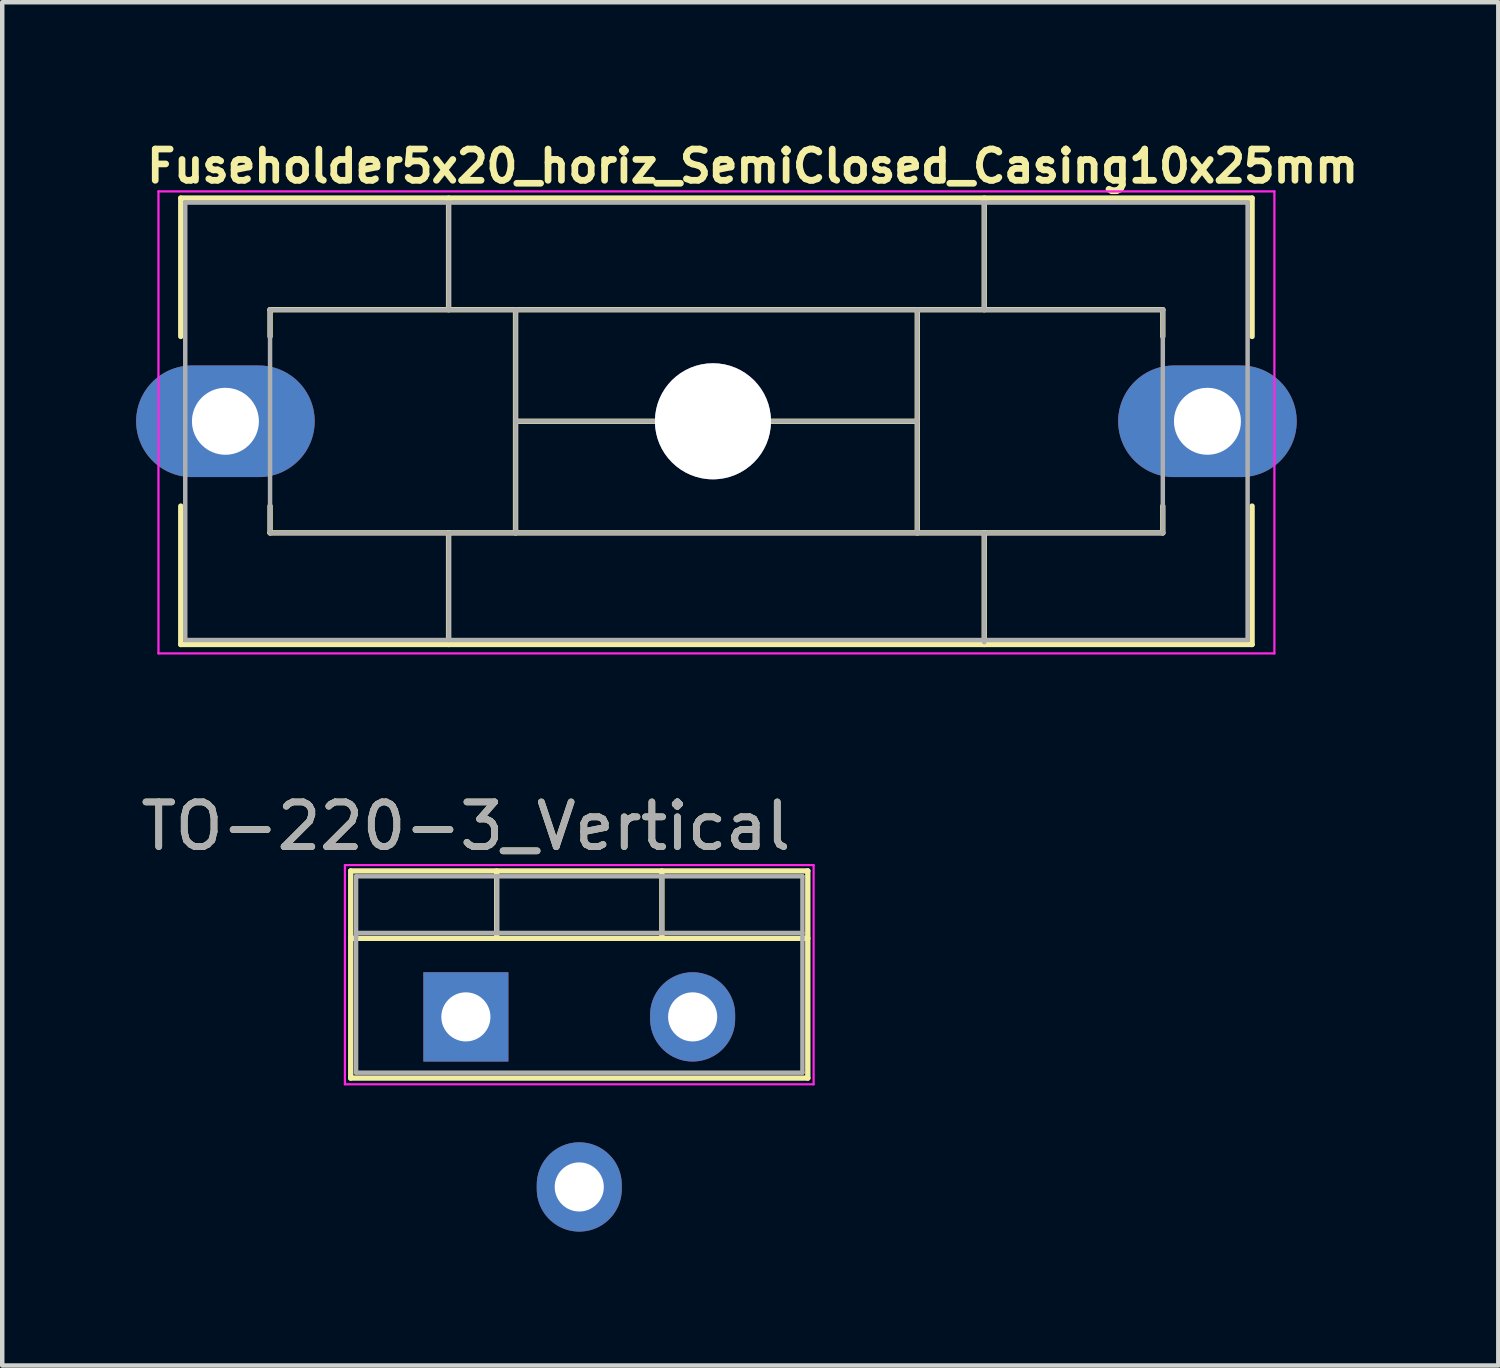
<source format=kicad_pcb>
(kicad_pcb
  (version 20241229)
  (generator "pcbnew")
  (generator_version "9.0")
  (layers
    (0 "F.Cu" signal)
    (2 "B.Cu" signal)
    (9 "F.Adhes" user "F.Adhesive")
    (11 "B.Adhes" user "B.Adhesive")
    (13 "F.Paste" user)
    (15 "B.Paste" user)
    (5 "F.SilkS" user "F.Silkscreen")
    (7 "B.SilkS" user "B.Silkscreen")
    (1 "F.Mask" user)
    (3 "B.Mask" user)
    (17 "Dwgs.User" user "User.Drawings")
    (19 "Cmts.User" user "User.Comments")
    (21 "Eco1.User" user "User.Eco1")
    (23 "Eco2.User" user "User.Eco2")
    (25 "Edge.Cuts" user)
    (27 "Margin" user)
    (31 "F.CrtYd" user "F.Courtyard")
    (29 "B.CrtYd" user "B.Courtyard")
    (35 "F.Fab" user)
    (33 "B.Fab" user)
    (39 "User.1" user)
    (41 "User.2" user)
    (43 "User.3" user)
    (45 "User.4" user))
  (footprint "TO-220-3_Vertical"
    (layer "F.Cu")
    (at 7.387 19.731)
    (property "Reference" "TO-220-3_Vertical" (at 0 -4.27 0) (layer "F.SilkS") (effects (font (size 1 1) (thickness 0.15))))
    (attr through_hole)
    (fp_line (start -2.58 -3.27) (end -2.58 1.371) (stroke (width 0.12) (type solid)) (layer "F.SilkS"))
    (fp_line (start -2.58 -3.27) (end 7.66 -3.27) (stroke (width 0.12) (type solid)) (layer "F.SilkS"))
    (fp_line (start -2.58 -1.76) (end 7.66 -1.76) (stroke (width 0.12) (type solid)) (layer "F.SilkS"))
    (fp_line (start -2.58 1.371) (end 7.66 1.371) (stroke (width 0.12) (type solid)) (layer "F.SilkS"))
    (fp_line (start 0.69 -3.27) (end 0.69 -1.76) (stroke (width 0.12) (type solid)) (layer "F.SilkS"))
    (fp_line (start 4.391 -3.27) (end 4.391 -1.76) (stroke (width 0.12) (type solid)) (layer "F.SilkS"))
    (fp_line (start 7.66 -3.27) (end 7.66 1.371) (stroke (width 0.12) (type solid)) (layer "F.SilkS"))
    (fp_line (start -2.71 -3.4) (end -2.71 1.51) (stroke (width 0.05) (type solid)) (layer "F.CrtYd"))
    (fp_line (start -2.71 1.51) (end 7.79 1.51) (stroke (width 0.05) (type solid)) (layer "F.CrtYd"))
    (fp_line (start 7.79 -3.4) (end -2.71 -3.4) (stroke (width 0.05) (type solid)) (layer "F.CrtYd"))
    (fp_line (start 7.79 1.51) (end 7.79 -3.4) (stroke (width 0.05) (type solid)) (layer "F.CrtYd"))
    (fp_line (start -2.46 -3.15) (end -2.46 1.25) (stroke (width 0.1) (type solid)) (layer "F.Fab"))
    (fp_line (start -2.46 -1.88) (end 7.54 -1.88) (stroke (width 0.1) (type solid)) (layer "F.Fab"))
    (fp_line (start -2.46 1.25) (end 7.54 1.25) (stroke (width 0.1) (type solid)) (layer "F.Fab"))
    (fp_line (start 0.69 -3.15) (end 0.69 -1.88) (stroke (width 0.1) (type solid)) (layer "F.Fab"))
    (fp_line (start 4.39 -3.15) (end 4.39 -1.88) (stroke (width 0.1) (type solid)) (layer "F.Fab"))
    (fp_line (start 7.54 -3.15) (end -2.46 -3.15) (stroke (width 0.1) (type solid)) (layer "F.Fab"))
    (fp_line (start 7.54 1.25) (end 7.54 -3.15) (stroke (width 0.1) (type solid)) (layer "F.Fab"))
    (fp_text user "${REFERENCE}" (at 0 -4.27 0) (layer "F.Fab") (effects (font (size 1 1) (thickness 0.15))))
    (pad "1" thru_hole rect (at 0 0) (size 1.905 2) (drill 1.1) (layers "*.Cu" "*.Mask"))
    (pad "2" thru_hole oval (at 2.54 3.81) (size 1.905 2) (drill 1.1) (layers "*.Cu" "*.Mask"))
    (pad "3" thru_hole oval (at 5.08 0) (size 1.905 2) (drill 1.1) (layers "*.Cu" "*.Mask")))
  (footprint "Fuseholder5x20_horiz_SemiClosed_Casing10x25mm"
    (layer "F.Cu")
    (at 2 6.388)
    (property "Reference" "Fuseholder5x20_horiz_SemiClosed_Casing10x25mm" (at 11.811 -5.715 0) (layer "F.SilkS") (effects (font (size 0.7 0.7) (thickness 0.15))))
    (attr through_hole)
    (fp_line (start -1 -5) (end -1 -1.9) (stroke (width 0.12) (type solid)) (layer "F.SilkS"))
    (fp_line (start -1 1.9) (end -1 5) (stroke (width 0.12) (type solid)) (layer "F.SilkS"))
    (fp_line (start -1 5) (end 23 5) (stroke (width 0.12) (type solid)) (layer "F.SilkS"))
    (fp_line (start 1 -2.5) (end 1 -1.9) (stroke (width 0.12) (type solid)) (layer "F.SilkS"))
    (fp_line (start 1 1.9) (end 1 2.5) (stroke (width 0.12) (type solid)) (layer "F.SilkS"))
    (fp_line (start 1 2.5) (end 21 2.5) (stroke (width 0.12) (type solid)) (layer "F.SilkS"))
    (fp_line (start 5 -2.5) (end 5 -5) (stroke (width 0.12) (type solid)) (layer "F.SilkS"))
    (fp_line (start 5 5) (end 5 2.5) (stroke (width 0.12) (type solid)) (layer "F.SilkS"))
    (fp_line (start 6.5 -2.5) (end 6.5 2.5) (stroke (width 0.12) (type solid)) (layer "F.SilkS"))
    (fp_line (start 6.5 0) (end 15.5 0) (stroke (width 0.12) (type solid)) (layer "F.SilkS"))
    (fp_line (start 15.5 -2.5) (end 15.5 2.5) (stroke (width 0.12) (type solid)) (layer "F.SilkS"))
    (fp_line (start 17 -5) (end 17 -2.5) (stroke (width 0.12) (type solid)) (layer "F.SilkS"))
    (fp_line (start 17 5) (end 17 2.5) (stroke (width 0.12) (type solid)) (layer "F.SilkS"))
    (fp_line (start 21 -2.5) (end 1 -2.5) (stroke (width 0.12) (type solid)) (layer "F.SilkS"))
    (fp_line (start 21 -1.9) (end 21 -2.5) (stroke (width 0.12) (type solid)) (layer "F.SilkS"))
    (fp_line (start 21 2.5) (end 21 1.9) (stroke (width 0.12) (type solid)) (layer "F.SilkS"))
    (fp_line (start 23 -5) (end -1 -5) (stroke (width 0.12) (type solid)) (layer "F.SilkS"))
    (fp_line (start 23 -1.9) (end 23 -5) (stroke (width 0.12) (type solid)) (layer "F.SilkS"))
    (fp_line (start 23 5) (end 23 1.9) (stroke (width 0.12) (type solid)) (layer "F.SilkS"))
    (fp_line (start -1.5 -5.15) (end -1.5 5.2) (stroke (width 0.05) (type solid)) (layer "F.CrtYd"))
    (fp_line (start -1.5 -5.15) (end 23.5 -5.15) (stroke (width 0.05) (type solid)) (layer "F.CrtYd"))
    (fp_line (start 23.5 5.2) (end -1.5 5.2) (stroke (width 0.05) (type solid)) (layer "F.CrtYd"))
    (fp_line (start 23.5 5.2) (end 23.5 -5.15) (stroke (width 0.05) (type solid)) (layer "F.CrtYd"))
    (fp_line (start -0.9 -4.9) (end -0.9 4.9) (stroke (width 0.1) (type solid)) (layer "F.Fab"))
    (fp_line (start -0.9 4.9) (end 22.9 4.9) (stroke (width 0.1) (type solid)) (layer "F.Fab"))
    (fp_line (start 1 -2.5) (end 1 2.5) (stroke (width 0.1) (type solid)) (layer "F.Fab"))
    (fp_line (start 1 2.5) (end 21 2.5) (stroke (width 0.1) (type solid)) (layer "F.Fab"))
    (fp_line (start 5 -4.9) (end 5 -2.5) (stroke (width 0.1) (type solid)) (layer "F.Fab"))
    (fp_line (start 5 2.5) (end 5 4.9) (stroke (width 0.1) (type solid)) (layer "F.Fab"))
    (fp_line (start 6.5 -2.5) (end 6.5 2.5) (stroke (width 0.1) (type solid)) (layer "F.Fab"))
    (fp_line (start 6.5 0) (end 15.5 0) (stroke (width 0.1) (type solid)) (layer "F.Fab"))
    (fp_line (start 15.5 -2.5) (end 15.5 2.5) (stroke (width 0.1) (type solid)) (layer "F.Fab"))
    (fp_line (start 17 -2.5) (end 17 -4.9) (stroke (width 0.1) (type solid)) (layer "F.Fab"))
    (fp_line (start 17 2.5) (end 17 4.95) (stroke (width 0.1) (type solid)) (layer "F.Fab"))
    (fp_line (start 21 -2.5) (end 1 -2.5) (stroke (width 0.1) (type solid)) (layer "F.Fab"))
    (fp_line (start 21 2.5) (end 21 -2.5) (stroke (width 0.1) (type solid)) (layer "F.Fab"))
    (fp_line (start 22.9 -4.9) (end -0.9 -4.9) (stroke (width 0.1) (type solid)) (layer "F.Fab"))
    (fp_line (start 22.9 4.9) (end 22.9 -4.9) (stroke (width 0.1) (type solid)) (layer "F.Fab"))
    (pad "1" thru_hole oval (at 0 0 270) (size 2.5 4) (drill 1.5) (layers "*.Cu" "*.Mask"))
    (pad "2" thru_hole oval (at 22 0 270) (size 2.5 4) (drill 1.5) (layers "*.Cu" "*.Mask"))
    (pad "3" thru_hole circle (at 10.922 0) (size 2.6 2.6) (drill 2.6) (layers "*.Cu" "*.Mask")))
  (gr_rect
    (start -3 -3)
    (end 30.516 27.541)
    (stroke (width 0.1) (type default))
    (fill no)
    (layer "Edge.Cuts")))
</source>
